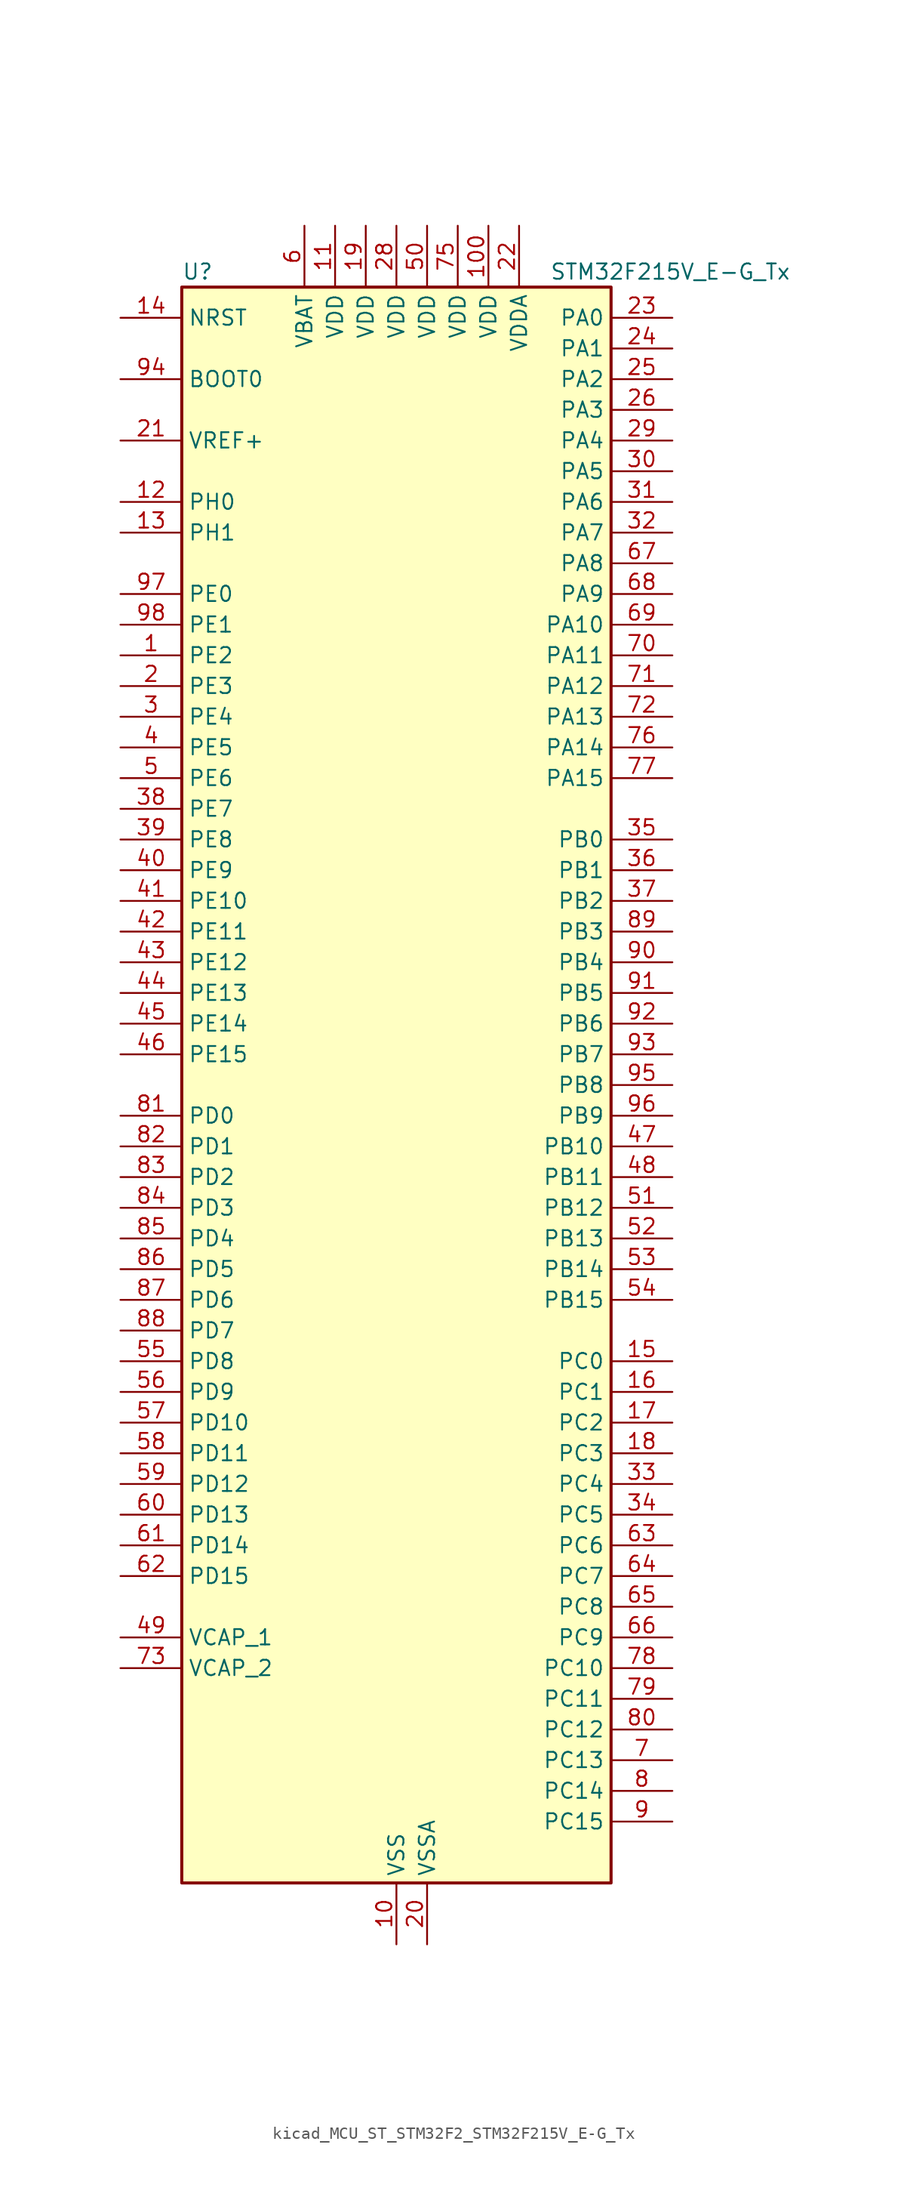
<source format=kicad_sym>
(kicad_symbol_lib
  (version 20220914)
  (generator kicad_symbol_editor)
  (symbol "kicad_MCU_ST_STM32F2_STM32F215V_E-G_Tx"
    (property "Reference" "U"
      (at -17.78 67.31 0)
      (effects (font (size 1.27 1.27)) (justify left)))
    (property "Value" "STM32F215V_E-G_Tx"
      (at 12.7 67.31 0)
      (effects (font (size 1.27 1.27)) (justify left)))
    (property "ki_locked" ""
      (at 0 0 0)
      (effects (font (size 1.27 1.27))))
    (symbol "kicad_MCU_ST_STM32F2_STM32F215V_E-G_Tx_0_1"
      (rectangle (start -17.78 -66.04) (end 17.78 66.04) (stroke (width 0.254) (type default)) (fill (type background))))
    (symbol "kicad_MCU_ST_STM32F2_STM32F215V_E-G_Tx_1_1"
      (pin bidirectional line (at -22.86 35.56 0) (length 5.08) (name "PE2" (effects (font (size 1.27 1.27)))) (number "1" (effects (font (size 1.27 1.27)))) (alternate "FSMC_A23" bidirectional line) (alternate "SYS_TRACECLK" bidirectional line))
      (pin power_in line (at 0 -71.12 90) (length 5.08) (name "VSS" (effects (font (size 1.27 1.27)))) (number "10" (effects (font (size 1.27 1.27)))))
      (pin power_in line (at 7.62 71.12 270) (length 5.08) (name "VDD" (effects (font (size 1.27 1.27)))) (number "100" (effects (font (size 1.27 1.27)))))
      (pin power_in line (at -5.08 71.12 270) (length 5.08) (name "VDD" (effects (font (size 1.27 1.27)))) (number "11" (effects (font (size 1.27 1.27)))))
      (pin bidirectional line (at -22.86 48.26 0) (length 5.08) (name "PH0" (effects (font (size 1.27 1.27)))) (number "12" (effects (font (size 1.27 1.27)))) (alternate "RCC_OSC_IN" bidirectional line))
      (pin bidirectional line (at -22.86 45.72 0) (length 5.08) (name "PH1" (effects (font (size 1.27 1.27)))) (number "13" (effects (font (size 1.27 1.27)))) (alternate "RCC_OSC_OUT" bidirectional line))
      (pin input line (at -22.86 63.5 0) (length 5.08) (name "NRST" (effects (font (size 1.27 1.27)))) (number "14" (effects (font (size 1.27 1.27)))))
      (pin bidirectional line (at 22.86 -22.86 180) (length 5.08) (name "PC0" (effects (font (size 1.27 1.27)))) (number "15" (effects (font (size 1.27 1.27)))) (alternate "ADC1_IN10" bidirectional line) (alternate "ADC2_IN10" bidirectional line) (alternate "ADC3_IN10" bidirectional line) (alternate "USB_OTG_HS_ULPI_STP" bidirectional line))
      (pin bidirectional line (at 22.86 -25.4 180) (length 5.08) (name "PC1" (effects (font (size 1.27 1.27)))) (number "16" (effects (font (size 1.27 1.27)))) (alternate "ADC1_IN11" bidirectional line) (alternate "ADC2_IN11" bidirectional line) (alternate "ADC3_IN11" bidirectional line))
      (pin bidirectional line (at 22.86 -27.94 180) (length 5.08) (name "PC2" (effects (font (size 1.27 1.27)))) (number "17" (effects (font (size 1.27 1.27)))) (alternate "ADC1_IN12" bidirectional line) (alternate "ADC2_IN12" bidirectional line) (alternate "ADC3_IN12" bidirectional line) (alternate "SPI2_MISO" bidirectional line) (alternate "USB_OTG_HS_ULPI_DIR" bidirectional line))
      (pin bidirectional line (at 22.86 -30.48 180) (length 5.08) (name "PC3" (effects (font (size 1.27 1.27)))) (number "18" (effects (font (size 1.27 1.27)))) (alternate "ADC1_IN13" bidirectional line) (alternate "ADC2_IN13" bidirectional line) (alternate "ADC3_IN13" bidirectional line) (alternate "I2S2_SD" bidirectional line) (alternate "SPI2_MOSI" bidirectional line) (alternate "USB_OTG_HS_ULPI_NXT" bidirectional line))
      (pin power_in line (at -2.54 71.12 270) (length 5.08) (name "VDD" (effects (font (size 1.27 1.27)))) (number "19" (effects (font (size 1.27 1.27)))))
      (pin bidirectional line (at -22.86 33.02 0) (length 5.08) (name "PE3" (effects (font (size 1.27 1.27)))) (number "2" (effects (font (size 1.27 1.27)))) (alternate "FSMC_A19" bidirectional line) (alternate "SYS_TRACED0" bidirectional line))
      (pin power_in line (at 2.54 -71.12 90) (length 5.08) (name "VSSA" (effects (font (size 1.27 1.27)))) (number "20" (effects (font (size 1.27 1.27)))))
      (pin input line (at -22.86 53.34 0) (length 5.08) (name "VREF+" (effects (font (size 1.27 1.27)))) (number "21" (effects (font (size 1.27 1.27)))))
      (pin power_in line (at 10.16 71.12 270) (length 5.08) (name "VDDA" (effects (font (size 1.27 1.27)))) (number "22" (effects (font (size 1.27 1.27)))))
      (pin bidirectional line (at 22.86 63.5 180) (length 5.08) (name "PA0" (effects (font (size 1.27 1.27)))) (number "23" (effects (font (size 1.27 1.27)))) (alternate "ADC1_IN0" bidirectional line) (alternate "ADC2_IN0" bidirectional line) (alternate "ADC3_IN0" bidirectional line) (alternate "SYS_WKUP" bidirectional line) (alternate "TIM2_CH1" bidirectional line) (alternate "TIM2_ETR" bidirectional line) (alternate "TIM5_CH1" bidirectional line) (alternate "TIM8_ETR" bidirectional line) (alternate "UART4_TX" bidirectional line) (alternate "USART2_CTS" bidirectional line))
      (pin bidirectional line (at 22.86 60.96 180) (length 5.08) (name "PA1" (effects (font (size 1.27 1.27)))) (number "24" (effects (font (size 1.27 1.27)))) (alternate "ADC1_IN1" bidirectional line) (alternate "ADC2_IN1" bidirectional line) (alternate "ADC3_IN1" bidirectional line) (alternate "TIM2_CH2" bidirectional line) (alternate "TIM5_CH2" bidirectional line) (alternate "UART4_RX" bidirectional line) (alternate "USART2_RTS" bidirectional line))
      (pin bidirectional line (at 22.86 58.42 180) (length 5.08) (name "PA2" (effects (font (size 1.27 1.27)))) (number "25" (effects (font (size 1.27 1.27)))) (alternate "ADC1_IN2" bidirectional line) (alternate "ADC2_IN2" bidirectional line) (alternate "ADC3_IN2" bidirectional line) (alternate "TIM2_CH3" bidirectional line) (alternate "TIM5_CH3" bidirectional line) (alternate "TIM9_CH1" bidirectional line) (alternate "USART2_TX" bidirectional line))
      (pin bidirectional line (at 22.86 55.88 180) (length 5.08) (name "PA3" (effects (font (size 1.27 1.27)))) (number "26" (effects (font (size 1.27 1.27)))) (alternate "ADC1_IN3" bidirectional line) (alternate "ADC2_IN3" bidirectional line) (alternate "ADC3_IN3" bidirectional line) (alternate "TIM2_CH4" bidirectional line) (alternate "TIM5_CH4" bidirectional line) (alternate "TIM9_CH2" bidirectional line) (alternate "USART2_RX" bidirectional line) (alternate "USB_OTG_HS_ULPI_D0" bidirectional line))
      (pin passive line (at 0 -71.12 90) (length 5.08) hide (name "VSS" (effects (font (size 1.27 1.27)))) (number "27" (effects (font (size 1.27 1.27)))))
      (pin power_in line (at 0 71.12 270) (length 5.08) (name "VDD" (effects (font (size 1.27 1.27)))) (number "28" (effects (font (size 1.27 1.27)))))
      (pin bidirectional line (at 22.86 53.34 180) (length 5.08) (name "PA4" (effects (font (size 1.27 1.27)))) (number "29" (effects (font (size 1.27 1.27)))) (alternate "ADC1_IN4" bidirectional line) (alternate "ADC2_IN4" bidirectional line) (alternate "DAC_OUT1" bidirectional line) (alternate "I2S3_WS" bidirectional line) (alternate "SPI1_NSS" bidirectional line) (alternate "SPI3_NSS" bidirectional line) (alternate "USART2_CK" bidirectional line) (alternate "USB_OTG_HS_SOF" bidirectional line))
      (pin bidirectional line (at -22.86 30.48 0) (length 5.08) (name "PE4" (effects (font (size 1.27 1.27)))) (number "3" (effects (font (size 1.27 1.27)))) (alternate "FSMC_A20" bidirectional line) (alternate "SYS_TRACED1" bidirectional line))
      (pin bidirectional line (at 22.86 50.8 180) (length 5.08) (name "PA5" (effects (font (size 1.27 1.27)))) (number "30" (effects (font (size 1.27 1.27)))) (alternate "ADC1_IN5" bidirectional line) (alternate "ADC2_IN5" bidirectional line) (alternate "DAC_OUT2" bidirectional line) (alternate "SPI1_SCK" bidirectional line) (alternate "TIM2_CH1" bidirectional line) (alternate "TIM2_ETR" bidirectional line) (alternate "TIM8_CH1N" bidirectional line) (alternate "USB_OTG_HS_ULPI_CK" bidirectional line))
      (pin bidirectional line (at 22.86 48.26 180) (length 5.08) (name "PA6" (effects (font (size 1.27 1.27)))) (number "31" (effects (font (size 1.27 1.27)))) (alternate "ADC1_IN6" bidirectional line) (alternate "ADC2_IN6" bidirectional line) (alternate "SPI1_MISO" bidirectional line) (alternate "TIM13_CH1" bidirectional line) (alternate "TIM1_BKIN" bidirectional line) (alternate "TIM3_CH1" bidirectional line) (alternate "TIM8_BKIN" bidirectional line))
      (pin bidirectional line (at 22.86 45.72 180) (length 5.08) (name "PA7" (effects (font (size 1.27 1.27)))) (number "32" (effects (font (size 1.27 1.27)))) (alternate "ADC1_IN7" bidirectional line) (alternate "ADC2_IN7" bidirectional line) (alternate "SPI1_MOSI" bidirectional line) (alternate "TIM14_CH1" bidirectional line) (alternate "TIM1_CH1N" bidirectional line) (alternate "TIM3_CH2" bidirectional line) (alternate "TIM8_CH1N" bidirectional line))
      (pin bidirectional line (at 22.86 -33.02 180) (length 5.08) (name "PC4" (effects (font (size 1.27 1.27)))) (number "33" (effects (font (size 1.27 1.27)))) (alternate "ADC1_IN14" bidirectional line) (alternate "ADC2_IN14" bidirectional line))
      (pin bidirectional line (at 22.86 -35.56 180) (length 5.08) (name "PC5" (effects (font (size 1.27 1.27)))) (number "34" (effects (font (size 1.27 1.27)))) (alternate "ADC1_IN15" bidirectional line) (alternate "ADC2_IN15" bidirectional line))
      (pin bidirectional line (at 22.86 20.32 180) (length 5.08) (name "PB0" (effects (font (size 1.27 1.27)))) (number "35" (effects (font (size 1.27 1.27)))) (alternate "ADC1_IN8" bidirectional line) (alternate "ADC2_IN8" bidirectional line) (alternate "TIM1_CH2N" bidirectional line) (alternate "TIM3_CH3" bidirectional line) (alternate "TIM8_CH2N" bidirectional line) (alternate "USB_OTG_HS_ULPI_D1" bidirectional line))
      (pin bidirectional line (at 22.86 17.78 180) (length 5.08) (name "PB1" (effects (font (size 1.27 1.27)))) (number "36" (effects (font (size 1.27 1.27)))) (alternate "ADC1_IN9" bidirectional line) (alternate "ADC2_IN9" bidirectional line) (alternate "TIM1_CH3N" bidirectional line) (alternate "TIM3_CH4" bidirectional line) (alternate "TIM8_CH3N" bidirectional line) (alternate "USB_OTG_HS_ULPI_D2" bidirectional line))
      (pin bidirectional line (at 22.86 15.24 180) (length 5.08) (name "PB2" (effects (font (size 1.27 1.27)))) (number "37" (effects (font (size 1.27 1.27)))))
      (pin bidirectional line (at -22.86 22.86 0) (length 5.08) (name "PE7" (effects (font (size 1.27 1.27)))) (number "38" (effects (font (size 1.27 1.27)))) (alternate "FSMC_D4" bidirectional line) (alternate "FSMC_DA4" bidirectional line) (alternate "TIM1_ETR" bidirectional line))
      (pin bidirectional line (at -22.86 20.32 0) (length 5.08) (name "PE8" (effects (font (size 1.27 1.27)))) (number "39" (effects (font (size 1.27 1.27)))) (alternate "FSMC_D5" bidirectional line) (alternate "FSMC_DA5" bidirectional line) (alternate "TIM1_CH1N" bidirectional line))
      (pin bidirectional line (at -22.86 27.94 0) (length 5.08) (name "PE5" (effects (font (size 1.27 1.27)))) (number "4" (effects (font (size 1.27 1.27)))) (alternate "FSMC_A21" bidirectional line) (alternate "SYS_TRACED2" bidirectional line) (alternate "TIM9_CH1" bidirectional line))
      (pin bidirectional line (at -22.86 17.78 0) (length 5.08) (name "PE9" (effects (font (size 1.27 1.27)))) (number "40" (effects (font (size 1.27 1.27)))) (alternate "DAC_EXTI9" bidirectional line) (alternate "FSMC_D6" bidirectional line) (alternate "FSMC_DA6" bidirectional line) (alternate "TIM1_CH1" bidirectional line))
      (pin bidirectional line (at -22.86 15.24 0) (length 5.08) (name "PE10" (effects (font (size 1.27 1.27)))) (number "41" (effects (font (size 1.27 1.27)))) (alternate "FSMC_D7" bidirectional line) (alternate "FSMC_DA7" bidirectional line) (alternate "TIM1_CH2N" bidirectional line))
      (pin bidirectional line (at -22.86 12.7 0) (length 5.08) (name "PE11" (effects (font (size 1.27 1.27)))) (number "42" (effects (font (size 1.27 1.27)))) (alternate "ADC1_EXTI11" bidirectional line) (alternate "ADC2_EXTI11" bidirectional line) (alternate "ADC3_EXTI11" bidirectional line) (alternate "FSMC_D8" bidirectional line) (alternate "FSMC_DA8" bidirectional line) (alternate "TIM1_CH2" bidirectional line))
      (pin bidirectional line (at -22.86 10.16 0) (length 5.08) (name "PE12" (effects (font (size 1.27 1.27)))) (number "43" (effects (font (size 1.27 1.27)))) (alternate "FSMC_D9" bidirectional line) (alternate "FSMC_DA9" bidirectional line) (alternate "TIM1_CH3N" bidirectional line))
      (pin bidirectional line (at -22.86 7.62 0) (length 5.08) (name "PE13" (effects (font (size 1.27 1.27)))) (number "44" (effects (font (size 1.27 1.27)))) (alternate "FSMC_D10" bidirectional line) (alternate "FSMC_DA10" bidirectional line) (alternate "TIM1_CH3" bidirectional line))
      (pin bidirectional line (at -22.86 5.08 0) (length 5.08) (name "PE14" (effects (font (size 1.27 1.27)))) (number "45" (effects (font (size 1.27 1.27)))) (alternate "FSMC_D11" bidirectional line) (alternate "FSMC_DA11" bidirectional line) (alternate "TIM1_CH4" bidirectional line))
      (pin bidirectional line (at -22.86 2.54 0) (length 5.08) (name "PE15" (effects (font (size 1.27 1.27)))) (number "46" (effects (font (size 1.27 1.27)))) (alternate "ADC1_EXTI15" bidirectional line) (alternate "ADC2_EXTI15" bidirectional line) (alternate "ADC3_EXTI15" bidirectional line) (alternate "FSMC_D12" bidirectional line) (alternate "FSMC_DA12" bidirectional line) (alternate "TIM1_BKIN" bidirectional line))
      (pin bidirectional line (at 22.86 -5.08 180) (length 5.08) (name "PB10" (effects (font (size 1.27 1.27)))) (number "47" (effects (font (size 1.27 1.27)))) (alternate "I2C2_SCL" bidirectional line) (alternate "I2S2_SCK" bidirectional line) (alternate "SPI2_SCK" bidirectional line) (alternate "TIM2_CH3" bidirectional line) (alternate "USART3_TX" bidirectional line) (alternate "USB_OTG_HS_ULPI_D3" bidirectional line))
      (pin bidirectional line (at 22.86 -7.62 180) (length 5.08) (name "PB11" (effects (font (size 1.27 1.27)))) (number "48" (effects (font (size 1.27 1.27)))) (alternate "ADC1_EXTI11" bidirectional line) (alternate "ADC2_EXTI11" bidirectional line) (alternate "ADC3_EXTI11" bidirectional line) (alternate "I2C2_SDA" bidirectional line) (alternate "TIM2_CH4" bidirectional line) (alternate "USART3_RX" bidirectional line) (alternate "USB_OTG_HS_ULPI_D4" bidirectional line))
      (pin power_out line (at -22.86 -45.72 0) (length 5.08) (name "VCAP_1" (effects (font (size 1.27 1.27)))) (number "49" (effects (font (size 1.27 1.27)))))
      (pin bidirectional line (at -22.86 25.4 0) (length 5.08) (name "PE6" (effects (font (size 1.27 1.27)))) (number "5" (effects (font (size 1.27 1.27)))) (alternate "FSMC_A22" bidirectional line) (alternate "SYS_TRACED3" bidirectional line) (alternate "TIM9_CH2" bidirectional line))
      (pin power_in line (at 2.54 71.12 270) (length 5.08) (name "VDD" (effects (font (size 1.27 1.27)))) (number "50" (effects (font (size 1.27 1.27)))))
      (pin bidirectional line (at 22.86 -10.16 180) (length 5.08) (name "PB12" (effects (font (size 1.27 1.27)))) (number "51" (effects (font (size 1.27 1.27)))) (alternate "CAN2_RX" bidirectional line) (alternate "I2C2_SMBA" bidirectional line) (alternate "I2S2_WS" bidirectional line) (alternate "SPI2_NSS" bidirectional line) (alternate "TIM1_BKIN" bidirectional line) (alternate "USART3_CK" bidirectional line) (alternate "USB_OTG_HS_ID" bidirectional line) (alternate "USB_OTG_HS_ULPI_D5" bidirectional line))
      (pin bidirectional line (at 22.86 -12.7 180) (length 5.08) (name "PB13" (effects (font (size 1.27 1.27)))) (number "52" (effects (font (size 1.27 1.27)))) (alternate "CAN2_TX" bidirectional line) (alternate "I2S2_SCK" bidirectional line) (alternate "SPI2_SCK" bidirectional line) (alternate "TIM1_CH1N" bidirectional line) (alternate "USART3_CTS" bidirectional line) (alternate "USB_OTG_HS_ULPI_D6" bidirectional line) (alternate "USB_OTG_HS_VBUS" bidirectional line))
      (pin bidirectional line (at 22.86 -15.24 180) (length 5.08) (name "PB14" (effects (font (size 1.27 1.27)))) (number "53" (effects (font (size 1.27 1.27)))) (alternate "SPI2_MISO" bidirectional line) (alternate "TIM12_CH1" bidirectional line) (alternate "TIM1_CH2N" bidirectional line) (alternate "TIM8_CH2N" bidirectional line) (alternate "USART3_RTS" bidirectional line) (alternate "USB_OTG_HS_DM" bidirectional line))
      (pin bidirectional line (at 22.86 -17.78 180) (length 5.08) (name "PB15" (effects (font (size 1.27 1.27)))) (number "54" (effects (font (size 1.27 1.27)))) (alternate "ADC1_EXTI15" bidirectional line) (alternate "ADC2_EXTI15" bidirectional line) (alternate "ADC3_EXTI15" bidirectional line) (alternate "I2S2_SD" bidirectional line) (alternate "RTC_REFIN" bidirectional line) (alternate "SPI2_MOSI" bidirectional line) (alternate "TIM12_CH2" bidirectional line) (alternate "TIM1_CH3N" bidirectional line) (alternate "TIM8_CH3N" bidirectional line) (alternate "USB_OTG_HS_DP" bidirectional line))
      (pin bidirectional line (at -22.86 -22.86 0) (length 5.08) (name "PD8" (effects (font (size 1.27 1.27)))) (number "55" (effects (font (size 1.27 1.27)))) (alternate "FSMC_D13" bidirectional line) (alternate "FSMC_DA13" bidirectional line) (alternate "USART3_TX" bidirectional line))
      (pin bidirectional line (at -22.86 -25.4 0) (length 5.08) (name "PD9" (effects (font (size 1.27 1.27)))) (number "56" (effects (font (size 1.27 1.27)))) (alternate "DAC_EXTI9" bidirectional line) (alternate "FSMC_D14" bidirectional line) (alternate "FSMC_DA14" bidirectional line) (alternate "USART3_RX" bidirectional line))
      (pin bidirectional line (at -22.86 -27.94 0) (length 5.08) (name "PD10" (effects (font (size 1.27 1.27)))) (number "57" (effects (font (size 1.27 1.27)))) (alternate "FSMC_D15" bidirectional line) (alternate "FSMC_DA15" bidirectional line) (alternate "USART3_CK" bidirectional line))
      (pin bidirectional line (at -22.86 -30.48 0) (length 5.08) (name "PD11" (effects (font (size 1.27 1.27)))) (number "58" (effects (font (size 1.27 1.27)))) (alternate "ADC1_EXTI11" bidirectional line) (alternate "ADC2_EXTI11" bidirectional line) (alternate "ADC3_EXTI11" bidirectional line) (alternate "FSMC_A16" bidirectional line) (alternate "FSMC_CLE" bidirectional line) (alternate "USART3_CTS" bidirectional line))
      (pin bidirectional line (at -22.86 -33.02 0) (length 5.08) (name "PD12" (effects (font (size 1.27 1.27)))) (number "59" (effects (font (size 1.27 1.27)))) (alternate "FSMC_A17" bidirectional line) (alternate "FSMC_ALE" bidirectional line) (alternate "TIM4_CH1" bidirectional line) (alternate "USART3_RTS" bidirectional line))
      (pin power_in line (at -7.62 71.12 270) (length 5.08) (name "VBAT" (effects (font (size 1.27 1.27)))) (number "6" (effects (font (size 1.27 1.27)))))
      (pin bidirectional line (at -22.86 -35.56 0) (length 5.08) (name "PD13" (effects (font (size 1.27 1.27)))) (number "60" (effects (font (size 1.27 1.27)))) (alternate "FSMC_A18" bidirectional line) (alternate "TIM4_CH2" bidirectional line))
      (pin bidirectional line (at -22.86 -38.1 0) (length 5.08) (name "PD14" (effects (font (size 1.27 1.27)))) (number "61" (effects (font (size 1.27 1.27)))) (alternate "FSMC_D0" bidirectional line) (alternate "FSMC_DA0" bidirectional line) (alternate "TIM4_CH3" bidirectional line))
      (pin bidirectional line (at -22.86 -40.64 0) (length 5.08) (name "PD15" (effects (font (size 1.27 1.27)))) (number "62" (effects (font (size 1.27 1.27)))) (alternate "ADC1_EXTI15" bidirectional line) (alternate "ADC2_EXTI15" bidirectional line) (alternate "ADC3_EXTI15" bidirectional line) (alternate "FSMC_D1" bidirectional line) (alternate "FSMC_DA1" bidirectional line) (alternate "TIM4_CH4" bidirectional line))
      (pin bidirectional line (at 22.86 -38.1 180) (length 5.08) (name "PC6" (effects (font (size 1.27 1.27)))) (number "63" (effects (font (size 1.27 1.27)))) (alternate "I2S2_MCK" bidirectional line) (alternate "SDIO_D6" bidirectional line) (alternate "TIM3_CH1" bidirectional line) (alternate "TIM8_CH1" bidirectional line) (alternate "USART6_TX" bidirectional line))
      (pin bidirectional line (at 22.86 -40.64 180) (length 5.08) (name "PC7" (effects (font (size 1.27 1.27)))) (number "64" (effects (font (size 1.27 1.27)))) (alternate "I2S3_MCK" bidirectional line) (alternate "SDIO_D7" bidirectional line) (alternate "TIM3_CH2" bidirectional line) (alternate "TIM8_CH2" bidirectional line) (alternate "USART6_RX" bidirectional line))
      (pin bidirectional line (at 22.86 -43.18 180) (length 5.08) (name "PC8" (effects (font (size 1.27 1.27)))) (number "65" (effects (font (size 1.27 1.27)))) (alternate "SDIO_D0" bidirectional line) (alternate "TIM3_CH3" bidirectional line) (alternate "TIM8_CH3" bidirectional line) (alternate "USART6_CK" bidirectional line))
      (pin bidirectional line (at 22.86 -45.72 180) (length 5.08) (name "PC9" (effects (font (size 1.27 1.27)))) (number "66" (effects (font (size 1.27 1.27)))) (alternate "DAC_EXTI9" bidirectional line) (alternate "I2C3_SDA" bidirectional line) (alternate "I2S_CKIN" bidirectional line) (alternate "RCC_MCO_2" bidirectional line) (alternate "SDIO_D1" bidirectional line) (alternate "TIM3_CH4" bidirectional line) (alternate "TIM8_CH4" bidirectional line))
      (pin bidirectional line (at 22.86 43.18 180) (length 5.08) (name "PA8" (effects (font (size 1.27 1.27)))) (number "67" (effects (font (size 1.27 1.27)))) (alternate "I2C3_SCL" bidirectional line) (alternate "RCC_MCO_1" bidirectional line) (alternate "TIM1_CH1" bidirectional line) (alternate "USART1_CK" bidirectional line) (alternate "USB_OTG_FS_SOF" bidirectional line))
      (pin bidirectional line (at 22.86 40.64 180) (length 5.08) (name "PA9" (effects (font (size 1.27 1.27)))) (number "68" (effects (font (size 1.27 1.27)))) (alternate "DAC_EXTI9" bidirectional line) (alternate "I2C3_SMBA" bidirectional line) (alternate "TIM1_CH2" bidirectional line) (alternate "USART1_TX" bidirectional line) (alternate "USB_OTG_FS_VBUS" bidirectional line))
      (pin bidirectional line (at 22.86 38.1 180) (length 5.08) (name "PA10" (effects (font (size 1.27 1.27)))) (number "69" (effects (font (size 1.27 1.27)))) (alternate "TIM1_CH3" bidirectional line) (alternate "USART1_RX" bidirectional line) (alternate "USB_OTG_FS_ID" bidirectional line))
      (pin bidirectional line (at 22.86 -55.88 180) (length 5.08) (name "PC13" (effects (font (size 1.27 1.27)))) (number "7" (effects (font (size 1.27 1.27)))) (alternate "RTC_AF1" bidirectional line))
      (pin bidirectional line (at 22.86 35.56 180) (length 5.08) (name "PA11" (effects (font (size 1.27 1.27)))) (number "70" (effects (font (size 1.27 1.27)))) (alternate "ADC1_EXTI11" bidirectional line) (alternate "ADC2_EXTI11" bidirectional line) (alternate "ADC3_EXTI11" bidirectional line) (alternate "CAN1_RX" bidirectional line) (alternate "TIM1_CH4" bidirectional line) (alternate "USART1_CTS" bidirectional line) (alternate "USB_OTG_FS_DM" bidirectional line))
      (pin bidirectional line (at 22.86 33.02 180) (length 5.08) (name "PA12" (effects (font (size 1.27 1.27)))) (number "71" (effects (font (size 1.27 1.27)))) (alternate "CAN1_TX" bidirectional line) (alternate "TIM1_ETR" bidirectional line) (alternate "USART1_RTS" bidirectional line) (alternate "USB_OTG_FS_DP" bidirectional line))
      (pin bidirectional line (at 22.86 30.48 180) (length 5.08) (name "PA13" (effects (font (size 1.27 1.27)))) (number "72" (effects (font (size 1.27 1.27)))) (alternate "SYS_JTMS-SWDIO" bidirectional line))
      (pin power_out line (at -22.86 -48.26 0) (length 5.08) (name "VCAP_2" (effects (font (size 1.27 1.27)))) (number "73" (effects (font (size 1.27 1.27)))))
      (pin passive line (at 0 -71.12 90) (length 5.08) hide (name "VSS" (effects (font (size 1.27 1.27)))) (number "74" (effects (font (size 1.27 1.27)))))
      (pin power_in line (at 5.08 71.12 270) (length 5.08) (name "VDD" (effects (font (size 1.27 1.27)))) (number "75" (effects (font (size 1.27 1.27)))))
      (pin bidirectional line (at 22.86 27.94 180) (length 5.08) (name "PA14" (effects (font (size 1.27 1.27)))) (number "76" (effects (font (size 1.27 1.27)))) (alternate "SYS_JTCK-SWCLK" bidirectional line))
      (pin bidirectional line (at 22.86 25.4 180) (length 5.08) (name "PA15" (effects (font (size 1.27 1.27)))) (number "77" (effects (font (size 1.27 1.27)))) (alternate "ADC1_EXTI15" bidirectional line) (alternate "ADC2_EXTI15" bidirectional line) (alternate "ADC3_EXTI15" bidirectional line) (alternate "I2S3_WS" bidirectional line) (alternate "SPI1_NSS" bidirectional line) (alternate "SPI3_NSS" bidirectional line) (alternate "SYS_JTDI" bidirectional line) (alternate "TIM2_CH1" bidirectional line) (alternate "TIM2_ETR" bidirectional line))
      (pin bidirectional line (at 22.86 -48.26 180) (length 5.08) (name "PC10" (effects (font (size 1.27 1.27)))) (number "78" (effects (font (size 1.27 1.27)))) (alternate "I2S3_SCK" bidirectional line) (alternate "SDIO_D2" bidirectional line) (alternate "SPI3_SCK" bidirectional line) (alternate "UART4_TX" bidirectional line) (alternate "USART3_TX" bidirectional line))
      (pin bidirectional line (at 22.86 -50.8 180) (length 5.08) (name "PC11" (effects (font (size 1.27 1.27)))) (number "79" (effects (font (size 1.27 1.27)))) (alternate "ADC1_EXTI11" bidirectional line) (alternate "ADC2_EXTI11" bidirectional line) (alternate "ADC3_EXTI11" bidirectional line) (alternate "SDIO_D3" bidirectional line) (alternate "SPI3_MISO" bidirectional line) (alternate "UART4_RX" bidirectional line) (alternate "USART3_RX" bidirectional line))
      (pin bidirectional line (at 22.86 -58.42 180) (length 5.08) (name "PC14" (effects (font (size 1.27 1.27)))) (number "8" (effects (font (size 1.27 1.27)))) (alternate "RCC_OSC32_IN" bidirectional line))
      (pin bidirectional line (at 22.86 -53.34 180) (length 5.08) (name "PC12" (effects (font (size 1.27 1.27)))) (number "80" (effects (font (size 1.27 1.27)))) (alternate "I2S3_SD" bidirectional line) (alternate "SDIO_CK" bidirectional line) (alternate "SPI3_MOSI" bidirectional line) (alternate "UART5_TX" bidirectional line) (alternate "USART3_CK" bidirectional line))
      (pin bidirectional line (at -22.86 -2.54 0) (length 5.08) (name "PD0" (effects (font (size 1.27 1.27)))) (number "81" (effects (font (size 1.27 1.27)))) (alternate "CAN1_RX" bidirectional line) (alternate "FSMC_D2" bidirectional line) (alternate "FSMC_DA2" bidirectional line))
      (pin bidirectional line (at -22.86 -5.08 0) (length 5.08) (name "PD1" (effects (font (size 1.27 1.27)))) (number "82" (effects (font (size 1.27 1.27)))) (alternate "CAN1_TX" bidirectional line) (alternate "FSMC_D3" bidirectional line) (alternate "FSMC_DA3" bidirectional line))
      (pin bidirectional line (at -22.86 -7.62 0) (length 5.08) (name "PD2" (effects (font (size 1.27 1.27)))) (number "83" (effects (font (size 1.27 1.27)))) (alternate "SDIO_CMD" bidirectional line) (alternate "TIM3_ETR" bidirectional line) (alternate "UART5_RX" bidirectional line))
      (pin bidirectional line (at -22.86 -10.16 0) (length 5.08) (name "PD3" (effects (font (size 1.27 1.27)))) (number "84" (effects (font (size 1.27 1.27)))) (alternate "FSMC_CLK" bidirectional line) (alternate "USART2_CTS" bidirectional line))
      (pin bidirectional line (at -22.86 -12.7 0) (length 5.08) (name "PD4" (effects (font (size 1.27 1.27)))) (number "85" (effects (font (size 1.27 1.27)))) (alternate "FSMC_NOE" bidirectional line) (alternate "USART2_RTS" bidirectional line))
      (pin bidirectional line (at -22.86 -15.24 0) (length 5.08) (name "PD5" (effects (font (size 1.27 1.27)))) (number "86" (effects (font (size 1.27 1.27)))) (alternate "FSMC_NWE" bidirectional line) (alternate "USART2_TX" bidirectional line))
      (pin bidirectional line (at -22.86 -17.78 0) (length 5.08) (name "PD6" (effects (font (size 1.27 1.27)))) (number "87" (effects (font (size 1.27 1.27)))) (alternate "FSMC_NWAIT" bidirectional line) (alternate "USART2_RX" bidirectional line))
      (pin bidirectional line (at -22.86 -20.32 0) (length 5.08) (name "PD7" (effects (font (size 1.27 1.27)))) (number "88" (effects (font (size 1.27 1.27)))) (alternate "FSMC_NCE2" bidirectional line) (alternate "FSMC_NE1" bidirectional line) (alternate "USART2_CK" bidirectional line))
      (pin bidirectional line (at 22.86 12.7 180) (length 5.08) (name "PB3" (effects (font (size 1.27 1.27)))) (number "89" (effects (font (size 1.27 1.27)))) (alternate "I2S3_SCK" bidirectional line) (alternate "SPI1_SCK" bidirectional line) (alternate "SPI3_SCK" bidirectional line) (alternate "SYS_JTDO-SWO" bidirectional line) (alternate "TIM2_CH2" bidirectional line))
      (pin bidirectional line (at 22.86 -60.96 180) (length 5.08) (name "PC15" (effects (font (size 1.27 1.27)))) (number "9" (effects (font (size 1.27 1.27)))) (alternate "ADC1_EXTI15" bidirectional line) (alternate "ADC2_EXTI15" bidirectional line) (alternate "ADC3_EXTI15" bidirectional line) (alternate "RCC_OSC32_OUT" bidirectional line))
      (pin bidirectional line (at 22.86 10.16 180) (length 5.08) (name "PB4" (effects (font (size 1.27 1.27)))) (number "90" (effects (font (size 1.27 1.27)))) (alternate "SPI1_MISO" bidirectional line) (alternate "SPI3_MISO" bidirectional line) (alternate "SYS_JTRST" bidirectional line) (alternate "TIM3_CH1" bidirectional line))
      (pin bidirectional line (at 22.86 7.62 180) (length 5.08) (name "PB5" (effects (font (size 1.27 1.27)))) (number "91" (effects (font (size 1.27 1.27)))) (alternate "CAN2_RX" bidirectional line) (alternate "I2C1_SMBA" bidirectional line) (alternate "I2S3_SD" bidirectional line) (alternate "SPI1_MOSI" bidirectional line) (alternate "SPI3_MOSI" bidirectional line) (alternate "TIM3_CH2" bidirectional line) (alternate "USB_OTG_HS_ULPI_D7" bidirectional line))
      (pin bidirectional line (at 22.86 5.08 180) (length 5.08) (name "PB6" (effects (font (size 1.27 1.27)))) (number "92" (effects (font (size 1.27 1.27)))) (alternate "CAN2_TX" bidirectional line) (alternate "I2C1_SCL" bidirectional line) (alternate "TIM4_CH1" bidirectional line) (alternate "USART1_TX" bidirectional line))
      (pin bidirectional line (at 22.86 2.54 180) (length 5.08) (name "PB7" (effects (font (size 1.27 1.27)))) (number "93" (effects (font (size 1.27 1.27)))) (alternate "FSMC_NL" bidirectional line) (alternate "I2C1_SDA" bidirectional line) (alternate "TIM4_CH2" bidirectional line) (alternate "USART1_RX" bidirectional line))
      (pin input line (at -22.86 58.42 0) (length 5.08) (name "BOOT0" (effects (font (size 1.27 1.27)))) (number "94" (effects (font (size 1.27 1.27)))))
      (pin bidirectional line (at 22.86 0 180) (length 5.08) (name "PB8" (effects (font (size 1.27 1.27)))) (number "95" (effects (font (size 1.27 1.27)))) (alternate "CAN1_RX" bidirectional line) (alternate "I2C1_SCL" bidirectional line) (alternate "SDIO_D4" bidirectional line) (alternate "TIM10_CH1" bidirectional line) (alternate "TIM4_CH3" bidirectional line))
      (pin bidirectional line (at 22.86 -2.54 180) (length 5.08) (name "PB9" (effects (font (size 1.27 1.27)))) (number "96" (effects (font (size 1.27 1.27)))) (alternate "CAN1_TX" bidirectional line) (alternate "DAC_EXTI9" bidirectional line) (alternate "I2C1_SDA" bidirectional line) (alternate "I2S2_WS" bidirectional line) (alternate "SDIO_D5" bidirectional line) (alternate "SPI2_NSS" bidirectional line) (alternate "TIM11_CH1" bidirectional line) (alternate "TIM4_CH4" bidirectional line))
      (pin bidirectional line (at -22.86 40.64 0) (length 5.08) (name "PE0" (effects (font (size 1.27 1.27)))) (number "97" (effects (font (size 1.27 1.27)))) (alternate "FSMC_NBL0" bidirectional line) (alternate "TIM4_ETR" bidirectional line))
      (pin bidirectional line (at -22.86 38.1 0) (length 5.08) (name "PE1" (effects (font (size 1.27 1.27)))) (number "98" (effects (font (size 1.27 1.27)))) (alternate "FSMC_NBL1" bidirectional line))
      (pin no_connect line (at -17.78 -66.04 0) (length 5.08) hide (name "RFU" (effects (font (size 1.27 1.27)))) (number "99" (effects (font (size 1.27 1.27))))))))
</source>
